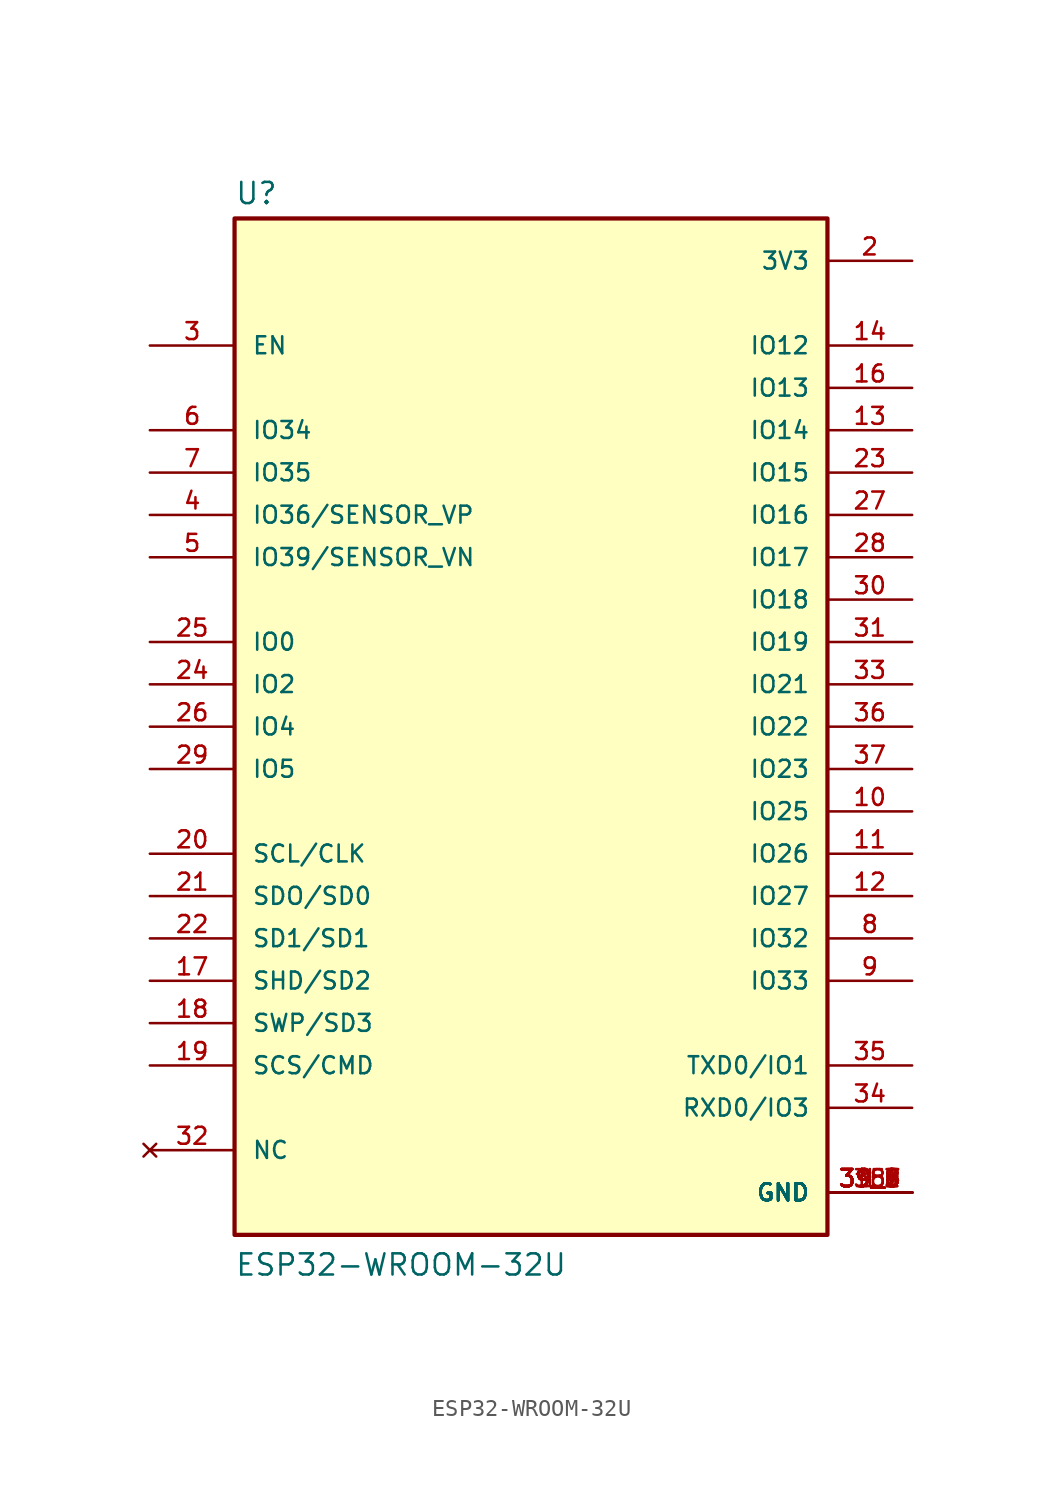
<source format=kicad_sym>
(kicad_symbol_lib
  (version 20211014)
  (generator kicad_symbol_editor)
  (symbol "ESP32-WROOM-32U"
    (pin_names
      (offset 1.016))
    (property "Reference" "U"
      (at -17.78 31.242 0)
      (effects (font (size 1.27 1.27)) (justify bottom left)))
    (property "Value" "ESP32-WROOM-32U"
      (at -17.78 -33.02 0)
      (effects (font (size 1.27 1.27)) (justify bottom left)))
    (symbol "ESP32-WROOM-32U_0_0"
      (rectangle (start -17.78 -30.48) (end 17.78 30.48) (stroke (width 0.254)) (fill (type background)))
      (pin power_in line (at 22.86 -27.94 180.0) (length 5.08) (name "GND" (effects (font (size 1.016 1.016)))) (number "1" (effects (font (size 1.016 1.016)))))
      (pin power_in line (at 22.86 -27.94 180.0) (length 5.08) (name "GND" (effects (font (size 1.016 1.016)))) (number "15" (effects (font (size 1.016 1.016)))))
      (pin power_in line (at 22.86 -27.94 180.0) (length 5.08) (name "GND" (effects (font (size 1.016 1.016)))) (number "38" (effects (font (size 1.016 1.016)))))
      (pin power_in line (at 22.86 -27.94 180.0) (length 5.08) (name "GND" (effects (font (size 1.016 1.016)))) (number "39_1" (effects (font (size 1.016 1.016)))))
      (pin power_in line (at 22.86 -27.94 180.0) (length 5.08) (name "GND" (effects (font (size 1.016 1.016)))) (number "39_2" (effects (font (size 1.016 1.016)))))
      (pin power_in line (at 22.86 -27.94 180.0) (length 5.08) (name "GND" (effects (font (size 1.016 1.016)))) (number "39_3" (effects (font (size 1.016 1.016)))))
      (pin power_in line (at 22.86 -27.94 180.0) (length 5.08) (name "GND" (effects (font (size 1.016 1.016)))) (number "39_4" (effects (font (size 1.016 1.016)))))
      (pin power_in line (at 22.86 -27.94 180.0) (length 5.08) (name "GND" (effects (font (size 1.016 1.016)))) (number "39_5" (effects (font (size 1.016 1.016)))))
      (pin power_in line (at 22.86 -27.94 180.0) (length 5.08) (name "GND" (effects (font (size 1.016 1.016)))) (number "39_6" (effects (font (size 1.016 1.016)))))
      (pin power_in line (at 22.86 -27.94 180.0) (length 5.08) (name "GND" (effects (font (size 1.016 1.016)))) (number "39_7" (effects (font (size 1.016 1.016)))))
      (pin power_in line (at 22.86 -27.94 180.0) (length 5.08) (name "GND" (effects (font (size 1.016 1.016)))) (number "39_8" (effects (font (size 1.016 1.016)))))
      (pin power_in line (at 22.86 -27.94 180.0) (length 5.08) (name "GND" (effects (font (size 1.016 1.016)))) (number "39_9" (effects (font (size 1.016 1.016)))))
      (pin power_in line (at 22.86 27.94 180.0) (length 5.08) (name "3V3" (effects (font (size 1.016 1.016)))) (number "2" (effects (font (size 1.016 1.016)))))
      (pin input line (at -22.86 22.86 0) (length 5.08) (name "EN" (effects (font (size 1.016 1.016)))) (number "3" (effects (font (size 1.016 1.016)))))
      (pin input line (at -22.86 12.7 0) (length 5.08) (name "IO36/SENSOR_VP" (effects (font (size 1.016 1.016)))) (number "4" (effects (font (size 1.016 1.016)))))
      (pin input line (at -22.86 10.16 0) (length 5.08) (name "IO39/SENSOR_VN" (effects (font (size 1.016 1.016)))) (number "5" (effects (font (size 1.016 1.016)))))
      (pin input line (at -22.86 17.78 0) (length 5.08) (name "IO34" (effects (font (size 1.016 1.016)))) (number "6" (effects (font (size 1.016 1.016)))))
      (pin input line (at -22.86 15.24 0) (length 5.08) (name "IO35" (effects (font (size 1.016 1.016)))) (number "7" (effects (font (size 1.016 1.016)))))
      (pin bidirectional line (at 22.86 -15.24 180.0) (length 5.08) (name "IO33" (effects (font (size 1.016 1.016)))) (number "9" (effects (font (size 1.016 1.016)))))
      (pin bidirectional line (at 22.86 -12.7 180.0) (length 5.08) (name "IO32" (effects (font (size 1.016 1.016)))) (number "8" (effects (font (size 1.016 1.016)))))
      (pin bidirectional line (at 22.86 -5.08 180.0) (length 5.08) (name "IO25" (effects (font (size 1.016 1.016)))) (number "10" (effects (font (size 1.016 1.016)))))
      (pin bidirectional line (at 22.86 -7.62 180.0) (length 5.08) (name "IO26" (effects (font (size 1.016 1.016)))) (number "11" (effects (font (size 1.016 1.016)))))
      (pin bidirectional line (at 22.86 -10.16 180.0) (length 5.08) (name "IO27" (effects (font (size 1.016 1.016)))) (number "12" (effects (font (size 1.016 1.016)))))
      (pin bidirectional line (at 22.86 17.78 180.0) (length 5.08) (name "IO14" (effects (font (size 1.016 1.016)))) (number "13" (effects (font (size 1.016 1.016)))))
      (pin bidirectional line (at 22.86 22.86 180.0) (length 5.08) (name "IO12" (effects (font (size 1.016 1.016)))) (number "14" (effects (font (size 1.016 1.016)))))
      (pin bidirectional line (at 22.86 20.32 180.0) (length 5.08) (name "IO13" (effects (font (size 1.016 1.016)))) (number "16" (effects (font (size 1.016 1.016)))))
      (pin bidirectional line (at 22.86 15.24 180.0) (length 5.08) (name "IO15" (effects (font (size 1.016 1.016)))) (number "23" (effects (font (size 1.016 1.016)))))
      (pin bidirectional line (at -22.86 2.54 0) (length 5.08) (name "IO2" (effects (font (size 1.016 1.016)))) (number "24" (effects (font (size 1.016 1.016)))))
      (pin bidirectional line (at -22.86 5.08 0) (length 5.08) (name "IO0" (effects (font (size 1.016 1.016)))) (number "25" (effects (font (size 1.016 1.016)))))
      (pin bidirectional line (at -22.86 0.0 0) (length 5.08) (name "IO4" (effects (font (size 1.016 1.016)))) (number "26" (effects (font (size 1.016 1.016)))))
      (pin bidirectional line (at 22.86 12.7 180.0) (length 5.08) (name "IO16" (effects (font (size 1.016 1.016)))) (number "27" (effects (font (size 1.016 1.016)))))
      (pin bidirectional line (at 22.86 10.16 180.0) (length 5.08) (name "IO17" (effects (font (size 1.016 1.016)))) (number "28" (effects (font (size 1.016 1.016)))))
      (pin bidirectional line (at -22.86 -2.54 0) (length 5.08) (name "IO5" (effects (font (size 1.016 1.016)))) (number "29" (effects (font (size 1.016 1.016)))))
      (pin bidirectional line (at 22.86 7.62 180.0) (length 5.08) (name "IO18" (effects (font (size 1.016 1.016)))) (number "30" (effects (font (size 1.016 1.016)))))
      (pin bidirectional line (at 22.86 5.08 180.0) (length 5.08) (name "IO19" (effects (font (size 1.016 1.016)))) (number "31" (effects (font (size 1.016 1.016)))))
      (pin bidirectional line (at 22.86 2.54 180.0) (length 5.08) (name "IO21" (effects (font (size 1.016 1.016)))) (number "33" (effects (font (size 1.016 1.016)))))
      (pin bidirectional line (at 22.86 0.0 180.0) (length 5.08) (name "IO22" (effects (font (size 1.016 1.016)))) (number "36" (effects (font (size 1.016 1.016)))))
      (pin bidirectional line (at 22.86 -2.54 180.0) (length 5.08) (name "IO23" (effects (font (size 1.016 1.016)))) (number "37" (effects (font (size 1.016 1.016)))))
      (pin bidirectional line (at 22.86 -22.86 180.0) (length 5.08) (name "RXD0/IO3" (effects (font (size 1.016 1.016)))) (number "34" (effects (font (size 1.016 1.016)))))
      (pin bidirectional line (at 22.86 -20.32 180.0) (length 5.08) (name "TXD0/IO1" (effects (font (size 1.016 1.016)))) (number "35" (effects (font (size 1.016 1.016)))))
      (pin bidirectional line (at -22.86 -15.24 0) (length 5.08) (name "SHD/SD2" (effects (font (size 1.016 1.016)))) (number "17" (effects (font (size 1.016 1.016)))))
      (pin bidirectional line (at -22.86 -17.78 0) (length 5.08) (name "SWP/SD3" (effects (font (size 1.016 1.016)))) (number "18" (effects (font (size 1.016 1.016)))))
      (pin bidirectional line (at -22.86 -20.32 0) (length 5.08) (name "SCS/CMD" (effects (font (size 1.016 1.016)))) (number "19" (effects (font (size 1.016 1.016)))))
      (pin bidirectional line (at -22.86 -7.62 0) (length 5.08) (name "SCL/CLK" (effects (font (size 1.016 1.016)))) (number "20" (effects (font (size 1.016 1.016)))))
      (pin bidirectional line (at -22.86 -10.16 0) (length 5.08) (name "SDO/SD0" (effects (font (size 1.016 1.016)))) (number "21" (effects (font (size 1.016 1.016)))))
      (pin bidirectional line (at -22.86 -12.7 0) (length 5.08) (name "SD1/SD1" (effects (font (size 1.016 1.016)))) (number "22" (effects (font (size 1.016 1.016)))))
      (pin no_connect line (at -22.86 -25.4 0) (length 5.08) (name "NC" (effects (font (size 1.016 1.016)))) (number "32" (effects (font (size 1.016 1.016))))))))
</source>
